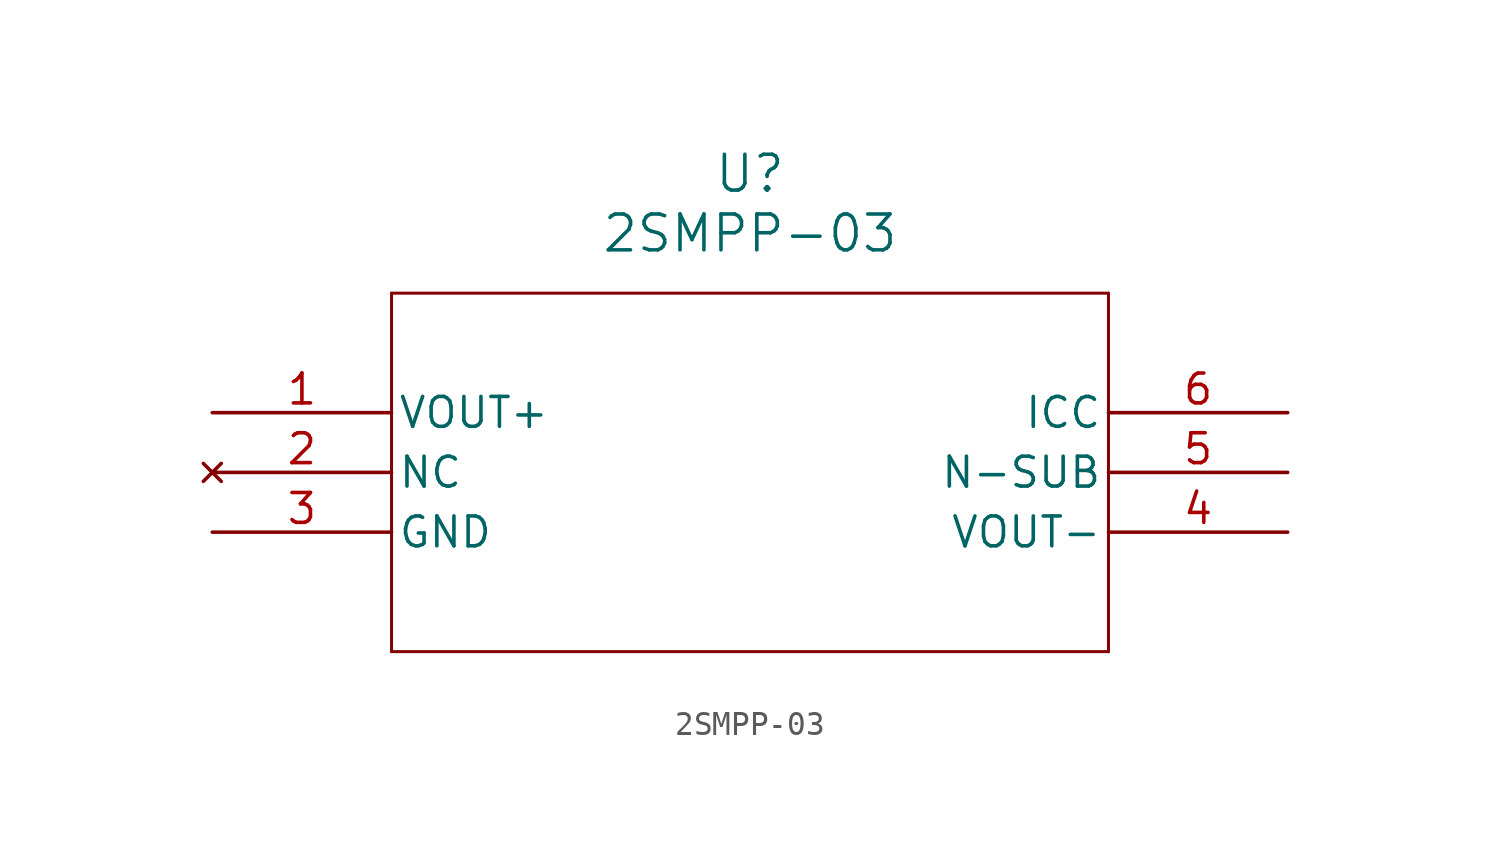
<source format=kicad_sym>
(kicad_symbol_lib
  (version 20211014)
  (generator kicad_symbol_editor)
  (symbol "2SMPP-03"
    (pin_names
      (offset 0.254))
    (property "Reference" "U"
      (at 22.86 10.16 0)
      (effects (font (size 1.524 1.524))))
    (property "Value" "2SMPP-03"
      (at 22.86 7.62 0)
      (effects (font (size 1.524 1.524))))
    (symbol "2SMPP-03_0_1"
      (polyline (pts (xy 7.62 5.08) (xy 7.62 -10.16)) (stroke (width 0.127) (type default) (color 0 0 0 0)) (fill (type none)))
      (polyline (pts (xy 7.62 -10.16) (xy 38.1 -10.16)) (stroke (width 0.127) (type default) (color 0 0 0 0)) (fill (type none)))
      (polyline (pts (xy 38.1 -10.16) (xy 38.1 5.08)) (stroke (width 0.127) (type default) (color 0 0 0 0)) (fill (type none)))
      (polyline (pts (xy 38.1 5.08) (xy 7.62 5.08)) (stroke (width 0.127) (type default) (color 0 0 0 0)) (fill (type none)))
      (pin output line (at 0 0 0) (length 7.62) (name "VOUT+" (effects (font (size 1.27 1.27)))) (number "1" (effects (font (size 1.27 1.27)))))
      (pin no_connect line (at 0 -2.54 0) (length 7.62) (name "NC" (effects (font (size 1.27 1.27)))) (number "2" (effects (font (size 1.27 1.27)))))
      (pin power_out line (at 0 -5.08 0) (length 7.62) (name "GND" (effects (font (size 1.27 1.27)))) (number "3" (effects (font (size 1.27 1.27)))))
      (pin output line (at 45.72 -5.08 180) (length 7.62) (name "VOUT-" (effects (font (size 1.27 1.27)))) (number "4" (effects (font (size 1.27 1.27)))))
      (pin unspecified line (at 45.72 -2.54 180) (length 7.62) (name "N-SUB" (effects (font (size 1.27 1.27)))) (number "5" (effects (font (size 1.27 1.27)))))
      (pin unspecified line (at 45.72 0 180) (length 7.62) (name "ICC" (effects (font (size 1.27 1.27)))) (number "6" (effects (font (size 1.27 1.27))))))))
</source>
